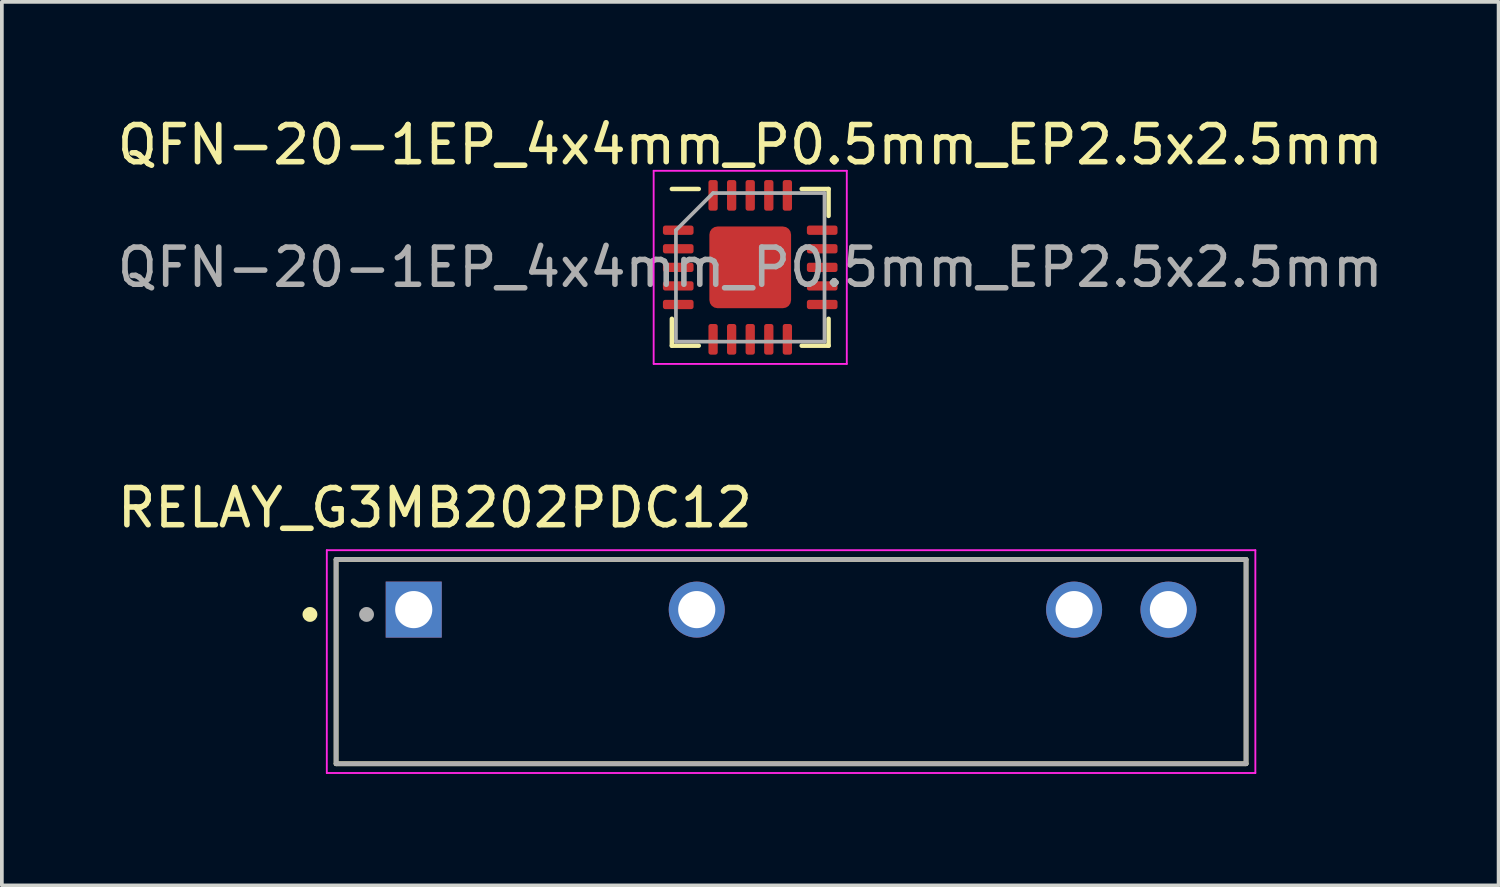
<source format=kicad_pcb>
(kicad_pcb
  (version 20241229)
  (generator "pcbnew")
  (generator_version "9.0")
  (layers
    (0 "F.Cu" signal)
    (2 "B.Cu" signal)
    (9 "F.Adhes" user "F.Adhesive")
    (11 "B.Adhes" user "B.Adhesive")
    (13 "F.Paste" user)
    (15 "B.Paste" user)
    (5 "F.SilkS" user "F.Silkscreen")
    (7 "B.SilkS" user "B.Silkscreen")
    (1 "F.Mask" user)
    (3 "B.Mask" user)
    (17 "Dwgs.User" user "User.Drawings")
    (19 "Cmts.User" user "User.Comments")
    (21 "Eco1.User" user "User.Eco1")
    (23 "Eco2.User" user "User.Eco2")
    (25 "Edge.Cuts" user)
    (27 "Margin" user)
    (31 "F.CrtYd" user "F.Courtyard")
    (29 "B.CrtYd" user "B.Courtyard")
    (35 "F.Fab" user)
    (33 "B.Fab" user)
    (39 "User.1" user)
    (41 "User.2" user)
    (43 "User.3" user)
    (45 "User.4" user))
  (footprint "RELAY_G3MB202PDC12"
    (layer "F.Cu")
    (at 18.249 14.763)
    (property "Reference" "RELAY_G3MB202PDC12" (at -9.589 -4.141 0) (layer "F.SilkS") (effects (font (size 1.001 1.001) (thickness 0.15))))
    (attr through_hole)
    (fp_line (start -12.25 -2.75) (end -12.25 2.75) (stroke (width 0.127) (type solid)) (layer "F.SilkS"))
    (fp_line (start -12.25 2.75) (end 12.25 2.75) (stroke (width 0.127) (type solid)) (layer "F.SilkS"))
    (fp_line (start 12.25 -2.75) (end -12.25 -2.75) (stroke (width 0.127) (type solid)) (layer "F.SilkS"))
    (fp_line (start 12.25 2.75) (end 12.25 -2.75) (stroke (width 0.127) (type solid)) (layer "F.SilkS"))
    (fp_circle (center -12.954 -1.27) (end -12.854 -1.27) (stroke (width 0.2) (type solid)) (fill no) (layer "F.SilkS"))
    (fp_line (start -12.5 -3) (end 12.5 -3) (stroke (width 0.05) (type solid)) (layer "F.CrtYd"))
    (fp_line (start -12.5 3) (end -12.5 -3) (stroke (width 0.05) (type solid)) (layer "F.CrtYd"))
    (fp_line (start 12.5 -3) (end 12.5 3) (stroke (width 0.05) (type solid)) (layer "F.CrtYd"))
    (fp_line (start 12.5 3) (end -12.5 3) (stroke (width 0.05) (type solid)) (layer "F.CrtYd"))
    (fp_line (start -12.25 -2.75) (end -12.25 2.75) (stroke (width 0.127) (type solid)) (layer "F.Fab"))
    (fp_line (start -12.25 2.75) (end 12.25 2.75) (stroke (width 0.127) (type solid)) (layer "F.Fab"))
    (fp_line (start 12.25 -2.75) (end -12.25 -2.75) (stroke (width 0.127) (type solid)) (layer "F.Fab"))
    (fp_line (start 12.25 2.75) (end 12.25 -2.75) (stroke (width 0.127) (type solid)) (layer "F.Fab"))
    (fp_circle (center -11.43 -1.27) (end -11.33 -1.27) (stroke (width 0.2) (type solid)) (fill no) (layer "F.Fab"))
    (pad "1" thru_hole rect (at -10.16 -1.4) (size 1.508 1.508) (drill 1) (layers "*.Cu" "*.Mask"))
    (pad "2" thru_hole circle (at -2.54 -1.4) (size 1.508 1.508) (drill 1) (layers "*.Cu" "*.Mask"))
    (pad "3" thru_hole circle (at 7.62 -1.4) (size 1.508 1.508) (drill 1) (layers "*.Cu" "*.Mask"))
    (pad "4" thru_hole circle (at 10.16 -1.4) (size 1.508 1.508) (drill 1) (layers "*.Cu" "*.Mask")))
  (footprint "QFN-20-1EP_4x4mm_P0.5mm_EP2.5x2.5mm"
    (layer "F.Cu")
    (at 17.149 4.148)
    (property "Reference" "QFN-20-1EP_4x4mm_P0.5mm_EP2.5x2.5mm" (at 0 -3.3 0) (layer "F.SilkS") (effects (font (size 1 1) (thickness 0.15))))
    (attr smd)
    (fp_line (start -2.11 2.11) (end -2.11 1.385) (stroke (width 0.12) (type solid)) (layer "F.SilkS"))
    (fp_line (start -1.385 -2.11) (end -2.11 -2.11) (stroke (width 0.12) (type solid)) (layer "F.SilkS"))
    (fp_line (start -1.385 2.11) (end -2.11 2.11) (stroke (width 0.12) (type solid)) (layer "F.SilkS"))
    (fp_line (start 1.385 -2.11) (end 2.11 -2.11) (stroke (width 0.12) (type solid)) (layer "F.SilkS"))
    (fp_line (start 1.385 2.11) (end 2.11 2.11) (stroke (width 0.12) (type solid)) (layer "F.SilkS"))
    (fp_line (start 2.11 -2.11) (end 2.11 -1.385) (stroke (width 0.12) (type solid)) (layer "F.SilkS"))
    (fp_line (start 2.11 2.11) (end 2.11 1.385) (stroke (width 0.12) (type solid)) (layer "F.SilkS"))
    (fp_line (start -2.6 -2.6) (end -2.6 2.6) (stroke (width 0.05) (type solid)) (layer "F.CrtYd"))
    (fp_line (start -2.6 2.6) (end 2.6 2.6) (stroke (width 0.05) (type solid)) (layer "F.CrtYd"))
    (fp_line (start 2.6 -2.6) (end -2.6 -2.6) (stroke (width 0.05) (type solid)) (layer "F.CrtYd"))
    (fp_line (start 2.6 2.6) (end 2.6 -2.6) (stroke (width 0.05) (type solid)) (layer "F.CrtYd"))
    (fp_line (start -2 -1) (end -1 -2) (stroke (width 0.1) (type solid)) (layer "F.Fab"))
    (fp_line (start -2 2) (end -2 -1) (stroke (width 0.1) (type solid)) (layer "F.Fab"))
    (fp_line (start -1 -2) (end 2 -2) (stroke (width 0.1) (type solid)) (layer "F.Fab"))
    (fp_line (start 2 -2) (end 2 2) (stroke (width 0.1) (type solid)) (layer "F.Fab"))
    (fp_line (start 2 2) (end -2 2) (stroke (width 0.1) (type solid)) (layer "F.Fab"))
    (fp_text user "${REFERENCE}" (at 0 0 0) (layer "F.Fab") (effects (font (size 1 1) (thickness 0.15))))
    (pad "" smd roundrect (at -0.625 -0.625) (size 0.5 0.5) (layers "F.Paste") (roundrect_rratio 0.248))
    (pad "" smd roundrect (at -0.625 0.625) (size 0.5 0.5) (layers "F.Paste") (roundrect_rratio 0.248))
    (pad "" smd roundrect (at 0.625 -0.625) (size 0.5 0.5) (layers "F.Paste") (roundrect_rratio 0.248))
    (pad "" smd roundrect (at 0.625 0.625) (size 0.5 0.5) (layers "F.Paste") (roundrect_rratio 0.248))
    (pad "1" smd roundrect (at -1.938 -1) (size 0.825 0.25) (layers "F.Cu" "F.Mask" "F.Paste") (roundrect_rratio 0.25))
    (pad "2" smd roundrect (at -1.938 -0.5) (size 0.825 0.25) (layers "F.Cu" "F.Mask" "F.Paste") (roundrect_rratio 0.25))
    (pad "3" smd roundrect (at -1.938 0) (size 0.825 0.25) (layers "F.Cu" "F.Mask" "F.Paste") (roundrect_rratio 0.25))
    (pad "4" smd roundrect (at -1.938 0.5) (size 0.825 0.25) (layers "F.Cu" "F.Mask" "F.Paste") (roundrect_rratio 0.25))
    (pad "5" smd roundrect (at -1.938 1) (size 0.825 0.25) (layers "F.Cu" "F.Mask" "F.Paste") (roundrect_rratio 0.25))
    (pad "6" smd roundrect (at -1 1.938) (size 0.25 0.825) (layers "F.Cu" "F.Mask" "F.Paste") (roundrect_rratio 0.25))
    (pad "7" smd roundrect (at -0.5 1.938) (size 0.25 0.825) (layers "F.Cu" "F.Mask" "F.Paste") (roundrect_rratio 0.25))
    (pad "8" smd roundrect (at 0 1.938) (size 0.25 0.825) (layers "F.Cu" "F.Mask" "F.Paste") (roundrect_rratio 0.25))
    (pad "9" smd roundrect (at 0.5 1.938) (size 0.25 0.825) (layers "F.Cu" "F.Mask" "F.Paste") (roundrect_rratio 0.25))
    (pad "10" smd roundrect (at 1 1.938) (size 0.25 0.825) (layers "F.Cu" "F.Mask" "F.Paste") (roundrect_rratio 0.25))
    (pad "11" smd roundrect (at 1.938 1) (size 0.825 0.25) (layers "F.Cu" "F.Mask" "F.Paste") (roundrect_rratio 0.25))
    (pad "12" smd roundrect (at 1.938 0.5) (size 0.825 0.25) (layers "F.Cu" "F.Mask" "F.Paste") (roundrect_rratio 0.25))
    (pad "13" smd roundrect (at 1.938 0) (size 0.825 0.25) (layers "F.Cu" "F.Mask" "F.Paste") (roundrect_rratio 0.25))
    (pad "14" smd roundrect (at 1.938 -0.5) (size 0.825 0.25) (layers "F.Cu" "F.Mask" "F.Paste") (roundrect_rratio 0.25))
    (pad "15" smd roundrect (at 1.938 -1) (size 0.825 0.25) (layers "F.Cu" "F.Mask" "F.Paste") (roundrect_rratio 0.25))
    (pad "16" smd roundrect (at 1 -1.938) (size 0.25 0.825) (layers "F.Cu" "F.Mask" "F.Paste") (roundrect_rratio 0.25))
    (pad "17" smd roundrect (at 0.5 -1.938) (size 0.25 0.825) (layers "F.Cu" "F.Mask" "F.Paste") (roundrect_rratio 0.25))
    (pad "18" smd roundrect (at 0 -1.938) (size 0.25 0.825) (layers "F.Cu" "F.Mask" "F.Paste") (roundrect_rratio 0.25))
    (pad "19" smd roundrect (at -0.5 -1.938) (size 0.25 0.825) (layers "F.Cu" "F.Mask" "F.Paste") (roundrect_rratio 0.25))
    (pad "20" smd roundrect (at -1 -1.938) (size 0.25 0.825) (layers "F.Cu" "F.Mask" "F.Paste") (roundrect_rratio 0.25))
    (pad "21" smd roundrect (at 0 0) (size 2.2 2.2) (layers "F.Cu" "F.Mask") (roundrect_rratio 0.1)))
  (gr_rect
    (start -3 -3)
    (end 37.298 20.788)
    (stroke (width 0.1) (type default))
    (fill no)
    (layer "Edge.Cuts")))
</source>
